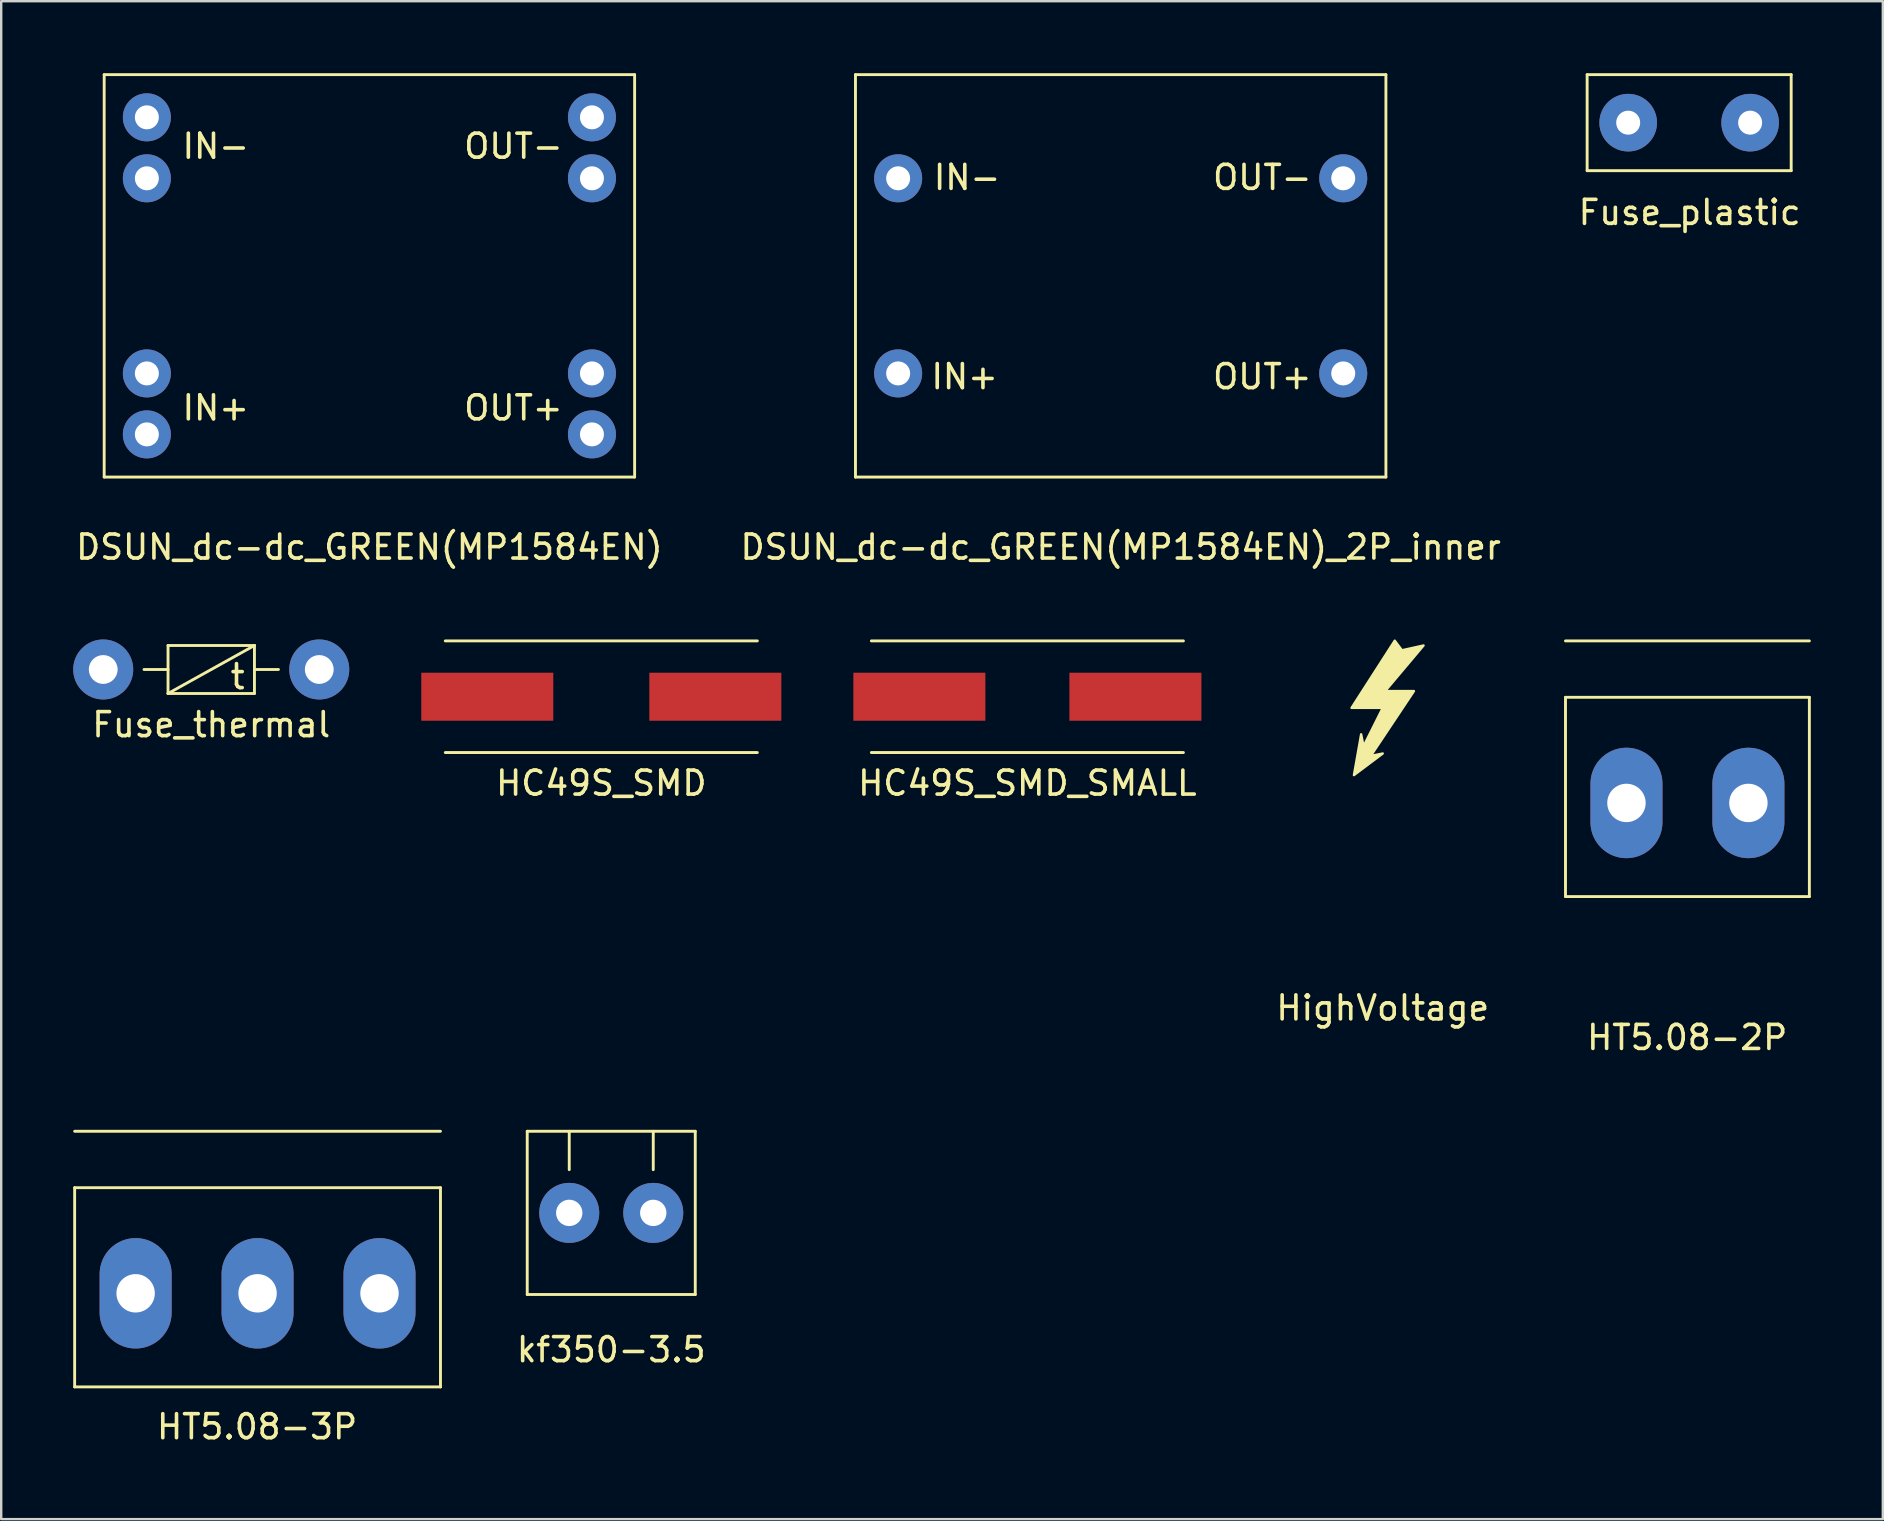
<source format=kicad_pcb>
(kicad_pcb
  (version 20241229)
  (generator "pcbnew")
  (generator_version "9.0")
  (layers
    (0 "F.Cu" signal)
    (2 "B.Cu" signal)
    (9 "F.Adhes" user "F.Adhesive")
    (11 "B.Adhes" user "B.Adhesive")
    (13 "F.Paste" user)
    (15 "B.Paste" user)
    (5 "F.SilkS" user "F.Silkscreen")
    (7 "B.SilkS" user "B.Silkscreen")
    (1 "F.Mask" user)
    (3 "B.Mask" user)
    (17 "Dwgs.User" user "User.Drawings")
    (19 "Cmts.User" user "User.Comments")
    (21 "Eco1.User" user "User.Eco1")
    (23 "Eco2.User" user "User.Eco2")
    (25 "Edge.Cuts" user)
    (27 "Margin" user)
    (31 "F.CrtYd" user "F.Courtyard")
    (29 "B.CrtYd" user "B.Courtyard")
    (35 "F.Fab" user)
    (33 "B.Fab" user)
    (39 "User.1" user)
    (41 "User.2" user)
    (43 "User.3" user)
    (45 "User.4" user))
  (footprint "kf350-3.5"
    (layer "F.Cu")
    (at 22.414 47.478)
    (property "Reference" "kf350-3.5" (at 0 5.7 0) (layer "F.SilkS") (effects (font (size 1 1) (thickness 0.15))))
    (attr through_hole)
    (fp_line (start -3.5 -3.4) (end 3.5 -3.4) (stroke (width 0.12) (type solid)) (layer "F.SilkS"))
    (fp_line (start -3.5 3.4) (end -3.5 -3.4) (stroke (width 0.12) (type solid)) (layer "F.SilkS"))
    (fp_line (start -3.5 3.4) (end 3.5 3.4) (stroke (width 0.12) (type solid)) (layer "F.SilkS"))
    (fp_line (start -1.75 -3.4) (end -1.75 -1.8) (stroke (width 0.12) (type solid)) (layer "F.SilkS"))
    (fp_line (start 1.75 -3.4) (end 1.75 -1.8) (stroke (width 0.12) (type solid)) (layer "F.SilkS"))
    (fp_line (start 3.5 3.4) (end 3.5 -3.4) (stroke (width 0.12) (type solid)) (layer "F.SilkS"))
    (pad "1" thru_hole circle (at -1.75 0) (size 2.5 2.5) (drill 1.1) (layers "*.Cu" "*.Mask"))
    (pad "2" thru_hole circle (at 1.75 0) (size 2.5 2.5) (drill 1.1) (layers "*.Cu" "*.Mask")))
  (footprint "HT5.08-3P"
    (layer "F.Cu")
    (at 7.68 50.578)
    (property "Reference" "HT5.08-3P" (at -0.02 5.81 0) (layer "F.SilkS") (effects (font (size 1 1) (thickness 0.15))))
    (attr through_hole)
    (fp_line (start -7.62 -6.5) (end 7.62 -6.5) (stroke (width 0.12) (type solid)) (layer "F.SilkS"))
    (fp_line (start -7.62 -4.15) (end -7.62 4.15) (stroke (width 0.12) (type solid)) (layer "F.SilkS"))
    (fp_line (start -7.62 -4.15) (end 7.62 -4.15) (stroke (width 0.12) (type solid)) (layer "F.SilkS"))
    (fp_line (start -7.62 4.15) (end 7.62 4.15) (stroke (width 0.12) (type solid)) (layer "F.SilkS"))
    (fp_line (start 7.62 -4.15) (end 7.62 4.15) (stroke (width 0.12) (type solid)) (layer "F.SilkS"))
    (pad "1" thru_hole oval (at -5.08 0.25) (size 3 4.6) (drill 1.6) (layers "*.Cu" "*.Mask"))
    (pad "2" thru_hole oval (at 0 0.25) (size 3 4.6) (drill 1.6) (layers "*.Cu" "*.Mask"))
    (pad "3" thru_hole oval (at 5.08 0.25) (size 3 4.6) (drill 1.6) (layers "*.Cu" "*.Mask")))
  (footprint "HighVoltage"
    (layer "F.Cu")
    (at 54.554 26.14)
    (property "Reference" "HighVoltage" (at 0 12.8 0) (layer "F.SilkS") (effects (font (size 1 1) (thickness 0.15))))
    (attr through_hole)
    (fp_poly (pts (xy 0.8 -2.1) (xy 1.7 -2.3) (xy 0.1 -0.4) (xy 1.3 -0.4) (xy -0.5 2.3) (xy 0 2.2) (xy -1.2 3.1) (xy -0.9 1.4) (xy -0.8 1.9) (xy 0 0.3) (xy -1.3 0.3) (xy 0.5 -2.5)) (stroke (width 0.1) (type solid)) (fill yes) (layer "F.SilkS")))
  (footprint "HT5.08-2P"
    (layer "F.Cu")
    (at 67.247 30.15)
    (property "Reference" "HT5.08-2P" (at -0.01 10.02 0) (layer "F.SilkS") (effects (font (size 1 1) (thickness 0.15))))
    (attr through_hole)
    (fp_line (start -5.08 -6.5) (end 5.08 -6.5) (stroke (width 0.12) (type solid)) (layer "F.SilkS"))
    (fp_line (start -5.08 -4.15) (end -5.08 4.15) (stroke (width 0.12) (type solid)) (layer "F.SilkS"))
    (fp_line (start -5.08 -4.15) (end 5.08 -4.15) (stroke (width 0.12) (type solid)) (layer "F.SilkS"))
    (fp_line (start -5.08 4.15) (end 5.08 4.15) (stroke (width 0.12) (type solid)) (layer "F.SilkS"))
    (fp_line (start 5.08 -4.15) (end 5.08 4.15) (stroke (width 0.12) (type solid)) (layer "F.SilkS"))
    (pad "1" thru_hole oval (at -2.54 0.25) (size 3 4.6) (drill 1.6) (layers "*.Cu" "*.Mask"))
    (pad "2" thru_hole oval (at 2.54 0.25) (size 3 4.6) (drill 1.6) (layers "*.Cu" "*.Mask")))
  (footprint "DSUN_dc-dc_GREEN(MP1584EN)"
    (layer "F.Cu")
    (at 12.339 8.442)
    (property "Reference" "DSUN_dc-dc_GREEN(MP1584EN)" (at 0 11.3 0) (layer "F.SilkS") (effects (font (size 1 1) (thickness 0.15))))
    (attr through_hole)
    (fp_line (start -11.049 -8.382) (end -11.049 8.382) (stroke (width 0.12) (type solid)) (layer "F.SilkS"))
    (fp_line (start -11.049 -8.382) (end 11.049 -8.382) (stroke (width 0.12) (type solid)) (layer "F.SilkS"))
    (fp_line (start -11.049 8.382) (end 11.049 8.382) (stroke (width 0.12) (type solid)) (layer "F.SilkS"))
    (fp_line (start 11.049 -8.382) (end 11.049 8.382) (stroke (width 0.12) (type solid)) (layer "F.SilkS"))
    (fp_text user "IN-" (at -6.4 -5.4 0) (layer "F.SilkS") (effects (font (size 1 1) (thickness 0.15))))
    (fp_text user "OUT+" (at 6 5.5 0) (layer "F.SilkS") (effects (font (size 1 1) (thickness 0.15))))
    (fp_text user "IN+" (at -6.4 5.5 0) (layer "F.SilkS") (effects (font (size 1 1) (thickness 0.15))))
    (fp_text user "OUT-" (at 6 -5.4 0) (layer "F.SilkS") (effects (font (size 1 1) (thickness 0.15))))
    (pad "1" thru_hole circle (at 9.271 -6.604) (size 2 2) (drill 1) (layers "*.Cu" "*.Mask"))
    (pad "2" thru_hole circle (at 9.271 -4.064) (size 2 2) (drill 1) (layers "*.Cu" "*.Mask"))
    (pad "3" thru_hole circle (at 9.271 6.604) (size 2 2) (drill 1) (layers "*.Cu" "*.Mask"))
    (pad "4" thru_hole circle (at 9.271 4.064) (size 2 2) (drill 1) (layers "*.Cu" "*.Mask"))
    (pad "5" thru_hole circle (at -9.271 -6.604) (size 2 2) (drill 1) (layers "*.Cu" "*.Mask"))
    (pad "6" thru_hole circle (at -9.271 -4.064) (size 2 2) (drill 1) (layers "*.Cu" "*.Mask"))
    (pad "7" thru_hole circle (at -9.271 4.064) (size 2 2) (drill 1) (layers "*.Cu" "*.Mask"))
    (pad "8" thru_hole circle (at -9.271 6.604) (size 2 2) (drill 1) (layers "*.Cu" "*.Mask")))
  (footprint "DSUN_dc-dc_GREEN(MP1584EN)_2P_inner"
    (layer "F.Cu")
    (at 43.637 8.442)
    (property "Reference" "DSUN_dc-dc_GREEN(MP1584EN)_2P_inner" (at 0 11.3 0) (layer "F.SilkS") (effects (font (size 1 1) (thickness 0.15))))
    (attr through_hole)
    (fp_line (start -11.049 -8.382) (end -11.049 8.382) (stroke (width 0.12) (type solid)) (layer "F.SilkS"))
    (fp_line (start -11.049 -8.382) (end 11.049 -8.382) (stroke (width 0.12) (type solid)) (layer "F.SilkS"))
    (fp_line (start -11.049 8.382) (end 11.049 8.382) (stroke (width 0.12) (type solid)) (layer "F.SilkS"))
    (fp_line (start 11.049 -8.382) (end 11.049 8.382) (stroke (width 0.12) (type solid)) (layer "F.SilkS"))
    (fp_text user "OUT-" (at 5.9 -4.1 0) (layer "F.SilkS") (effects (font (size 1 1) (thickness 0.15))))
    (fp_text user "IN+" (at -6.5 4.2 0) (layer "F.SilkS") (effects (font (size 1 1) (thickness 0.15))))
    (fp_text user "OUT+" (at 5.9 4.2 0) (layer "F.SilkS") (effects (font (size 1 1) (thickness 0.15))))
    (fp_text user "IN-" (at -6.4 -4.1 0) (layer "F.SilkS") (effects (font (size 1 1) (thickness 0.15))))
    (pad "1" thru_hole circle (at -9.271 -4.064) (size 2 2) (drill 1) (layers "*.Cu" "*.Mask"))
    (pad "2" thru_hole circle (at -9.271 4.064) (size 2 2) (drill 1) (layers "*.Cu" "*.Mask"))
    (pad "3" thru_hole circle (at 9.271 4.064) (size 2 2) (drill 1) (layers "*.Cu" "*.Mask"))
    (pad "4" thru_hole circle (at 9.271 -4.064) (size 2 2) (drill 1) (layers "*.Cu" "*.Mask")))
  (footprint "HC49S_SMD_SMALL"
    (layer "F.Cu")
    (at 39.75 25.975)
    (property "Reference" "HC49S_SMD_SMALL" (at 0 3.6 0) (layer "F.SilkS") (effects (font (size 1 1) (thickness 0.15))))
    (attr through_hole)
    (fp_line (start -6.5 -2.325) (end 6.5 -2.325) (stroke (width 0.12) (type solid)) (layer "F.SilkS"))
    (fp_line (start -6.5 2.325) (end 6.5 2.325) (stroke (width 0.12) (type solid)) (layer "F.SilkS"))
    (pad "1" smd rect (at 4.5 0) (size 5.5 2) (layers "F.Cu" "F.Mask" "F.Paste"))
    (pad "2" smd rect (at -4.5 0) (size 5.5 2) (layers "F.Cu" "F.Mask" "F.Paste")))
  (footprint "Fuse_plastic"
    (layer "F.Cu")
    (at 67.319 2.06)
    (property "Reference" "Fuse_plastic" (at 0.02 3.74 0) (layer "F.SilkS") (effects (font (size 1 1) (thickness 0.15))))
    (attr through_hole)
    (fp_line (start -4.25 -2) (end -4.25 2) (stroke (width 0.12) (type solid)) (layer "F.SilkS"))
    (fp_line (start -4.25 -2) (end 4.25 -2) (stroke (width 0.12) (type solid)) (layer "F.SilkS"))
    (fp_line (start -4.25 2) (end 4.25 2) (stroke (width 0.12) (type solid)) (layer "F.SilkS"))
    (fp_line (start 4.25 -2) (end 4.25 2) (stroke (width 0.12) (type solid)) (layer "F.SilkS"))
    (pad "1" thru_hole circle (at -2.54 0) (size 2.4 2.4) (drill 1) (layers "*.Cu" "*.Mask"))
    (pad "2" thru_hole circle (at 2.54 0) (size 2.4 2.4) (drill 1) (layers "*.Cu" "*.Mask")))
  (footprint "Fuse_thermal"
    (layer "F.Cu")
    (at 5.75 24.84)
    (property "Reference" "Fuse_thermal" (at 0 2.3 180) (layer "F.SilkS") (effects (font (size 1 1) (thickness 0.15))))
    (attr through_hole)
    (fp_line (start -1.8 -1) (end -1.8 1) (stroke (width 0.12) (type solid)) (layer "F.SilkS"))
    (fp_line (start -1.8 0) (end -2.8 0) (stroke (width 0.12) (type solid)) (layer "F.SilkS"))
    (fp_line (start -1.8 1) (end 1.8 -1) (stroke (width 0.12) (type solid)) (layer "F.SilkS"))
    (fp_line (start -1.8 1) (end 1.8 1) (stroke (width 0.12) (type solid)) (layer "F.SilkS"))
    (fp_line (start 1.8 -1) (end -1.8 -1) (stroke (width 0.12) (type solid)) (layer "F.SilkS"))
    (fp_line (start 1.8 0) (end 2.8 0) (stroke (width 0.12) (type solid)) (layer "F.SilkS"))
    (fp_line (start 1.8 1) (end 1.8 -1) (stroke (width 0.12) (type solid)) (layer "F.SilkS"))
    (fp_text user "t" (at 1.1 0.3 180) (layer "F.SilkS") (effects (font (size 1 1) (thickness 0.15))))
    (pad "1" thru_hole circle (at -4.5 0) (size 2.5 2.5) (drill 1.2) (layers "*.Cu" "*.Mask"))
    (pad "2" thru_hole circle (at 4.5 0) (size 2.5 2.5) (drill 1.2) (layers "*.Cu" "*.Mask")))
  (footprint "HC49S_SMD"
    (layer "F.Cu")
    (at 22 25.975)
    (property "Reference" "HC49S_SMD" (at 0 3.6 0) (layer "F.SilkS") (effects (font (size 1 1) (thickness 0.15))))
    (attr through_hole)
    (fp_line (start -6.5 -2.325) (end 6.5 -2.325) (stroke (width 0.12) (type solid)) (layer "F.SilkS"))
    (fp_line (start -6.5 2.325) (end 6.5 2.325) (stroke (width 0.12) (type solid)) (layer "F.SilkS"))
    (pad "1" smd rect (at 4.75 0) (size 5.5 2) (layers "F.Cu" "F.Mask" "F.Paste"))
    (pad "2" smd rect (at -4.75 0) (size 5.5 2) (layers "F.Cu" "F.Mask" "F.Paste")))
  (gr_rect
    (start -3 -3)
    (end 75.387 60.237)
    (stroke (width 0.1) (type default))
    (fill no)
    (layer "Edge.Cuts")))
</source>
